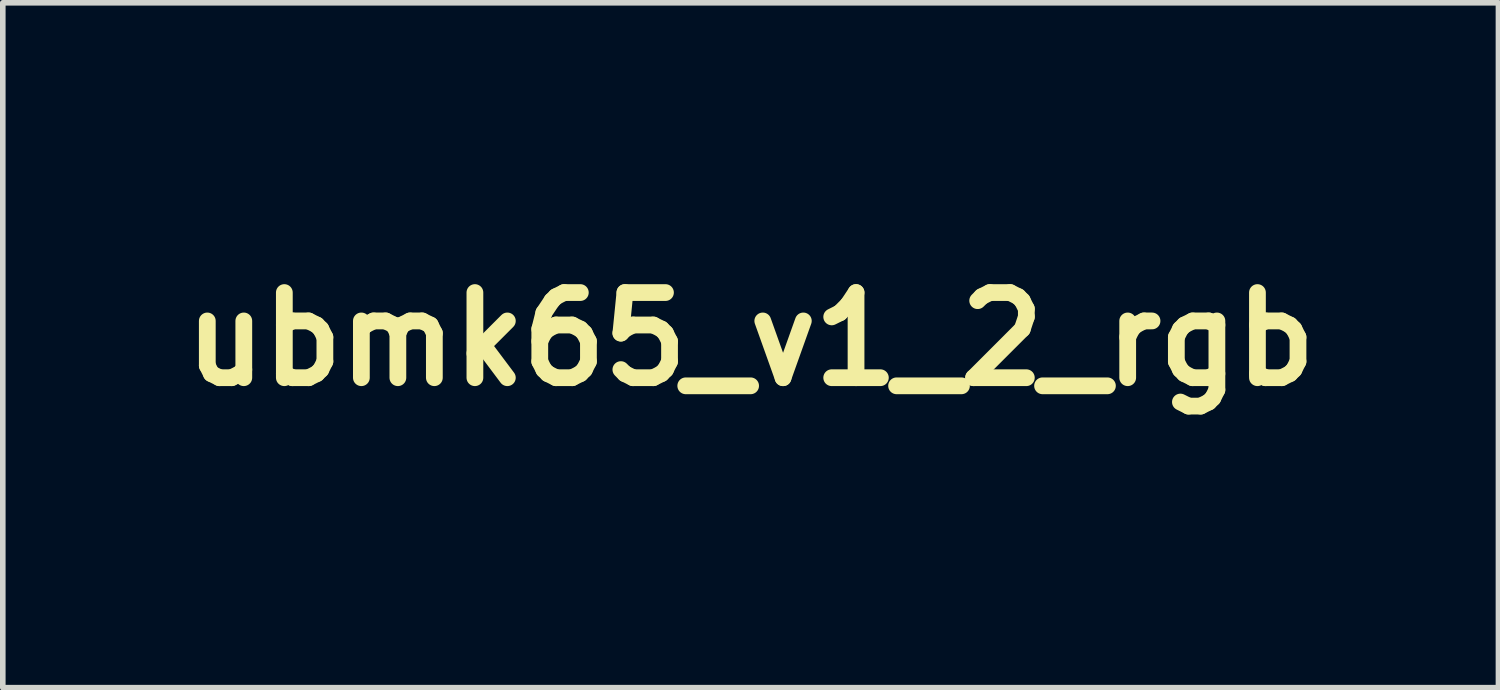
<source format=kicad_pcb>
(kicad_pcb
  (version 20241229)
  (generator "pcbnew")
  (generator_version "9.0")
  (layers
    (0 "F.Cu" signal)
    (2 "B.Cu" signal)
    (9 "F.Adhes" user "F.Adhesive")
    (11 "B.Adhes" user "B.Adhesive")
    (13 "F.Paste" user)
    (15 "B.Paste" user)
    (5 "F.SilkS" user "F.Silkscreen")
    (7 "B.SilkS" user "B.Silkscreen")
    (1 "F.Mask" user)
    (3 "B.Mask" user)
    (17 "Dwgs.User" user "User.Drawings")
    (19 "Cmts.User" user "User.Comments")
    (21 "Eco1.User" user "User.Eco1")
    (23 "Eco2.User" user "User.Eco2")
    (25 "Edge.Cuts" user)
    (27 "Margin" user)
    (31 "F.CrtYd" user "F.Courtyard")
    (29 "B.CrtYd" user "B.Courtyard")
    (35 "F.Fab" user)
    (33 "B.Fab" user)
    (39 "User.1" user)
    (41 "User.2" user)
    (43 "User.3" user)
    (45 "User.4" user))
  (footprint "ubmk65_v1_2_rgb"
    (layer "F.Cu")
    (at 10.385 3.021)
    (property "Reference" "ubmk65_v1_2_rgb" (at 0 0 0) (layer "F.SilkS") (effects (font (size 1.524 1.524) (thickness 0.3))))
    (attr through_hole)
    (fp_poly (pts (xy -7.147 1.968) (xy -6.959 1.968) (xy -6.959 2.249) (xy -7.662 2.249) (xy -7.662 1.968) (xy -7.45 1.968) (xy -7.456 1.693) (xy -7.463 1.418) (xy -7.639 1.403) (xy -7.639 1.148) (xy -7.147 1.148) (xy -7.147 1.968)) (stroke (width 0.01) (type solid)) (fill yes) (layer "F.Mask"))
    (fp_poly (pts (xy -4.499 1.664) (xy -4.71 1.664) (xy -4.71 2.249) (xy -5.014 2.249) (xy -5.014 1.566) (xy -4.946 1.498) (xy -4.908 1.464) (xy -4.872 1.443) (xy -4.822 1.433) (xy -4.747 1.43) (xy -4.688 1.429) (xy -4.499 1.429) (xy -4.499 1.664)) (stroke (width 0.01) (type solid)) (fill yes) (layer "F.Mask"))
    (fp_poly (pts (xy 6.06 0.114) (xy 6.102 0.156) (xy 6.117 0.217) (xy 6.103 0.279) (xy 6.088 0.3) (xy 6.035 0.326) (xy 5.971 0.324) (xy 5.918 0.298) (xy 5.904 0.28) (xy 5.889 0.212) (xy 5.911 0.153) (xy 5.959 0.113) (xy 6.023 0.104) (xy 6.06 0.114)) (stroke (width 0.01) (type solid)) (fill yes) (layer "F.Mask"))
    (fp_poly (pts (xy -0.666 1.211) (xy -0.616 1.254) (xy -0.546 1.319) (xy -0.463 1.4) (xy -0.427 1.436) (xy -0.187 1.676) (xy -0.692 2.179) (xy -0.944 1.927) (xy -1.195 1.675) (xy -0.954 1.435) (xy -0.867 1.35) (xy -0.791 1.278) (xy -0.732 1.225) (xy -0.696 1.198) (xy -0.69 1.195) (xy -0.666 1.211)) (stroke (width 0.01) (type solid)) (fill yes) (layer "F.Mask"))
    (fp_poly (pts (xy -6.575 1.964) (xy -6.52 2.013) (xy -6.494 2.079) (xy -6.5 2.151) (xy -6.542 2.216) (xy -6.552 2.224) (xy -6.627 2.266) (xy -6.694 2.263) (xy -6.761 2.215) (xy -6.761 2.215) (xy -6.809 2.148) (xy -6.812 2.081) (xy -6.77 2.007) (xy -6.77 2.007) (xy -6.705 1.955) (xy -6.653 1.945) (xy -6.575 1.964)) (stroke (width 0.01) (type solid)) (fill yes) (layer "F.Mask"))
    (fp_poly (pts (xy 6.373 -0.719) (xy 6.422 -0.681) (xy 6.468 -0.624) (xy 6.488 -0.562) (xy 6.491 -0.506) (xy 6.471 -0.401) (xy 6.418 -0.318) (xy 6.341 -0.262) (xy 6.249 -0.238) (xy 6.152 -0.253) (xy 6.101 -0.278) (xy 6.032 -0.346) (xy 5.991 -0.44) (xy 5.983 -0.54) (xy 5.987 -0.562) (xy 6.027 -0.648) (xy 6.098 -0.71) (xy 6.187 -0.745) (xy 6.282 -0.749) (xy 6.373 -0.719)) (stroke (width 0.01) (type solid)) (fill yes) (layer "F.Mask"))
    (fp_poly (pts (xy 7.92 1.658) (xy 7.81 1.67) (xy 7.71 1.697) (xy 7.644 1.75) (xy 7.616 1.825) (xy 7.615 1.839) (xy 7.636 1.917) (xy 7.696 1.974) (xy 7.791 2.006) (xy 7.81 2.009) (xy 7.92 2.021) (xy 7.92 2.249) (xy 7.785 2.249) (xy 7.67 2.238) (xy 7.567 2.21) (xy 7.554 2.205) (xy 7.478 2.157) (xy 7.406 2.091) (xy 7.39 2.072) (xy 7.35 2.012) (xy 7.33 1.954) (xy 7.323 1.876) (xy 7.322 1.84) (xy 7.331 1.725) (xy 7.364 1.637) (xy 7.427 1.559) (xy 7.49 1.507) (xy 7.545 1.471) (xy 7.603 1.449) (xy 7.68 1.437) (xy 7.748 1.433) (xy 7.92 1.424) (xy 7.92 1.658)) (stroke (width 0.01) (type solid)) (fill yes) (layer "F.Mask"))
    (fp_poly (pts (xy -7.943 -1.246) (xy -7.871 -1.185) (xy -7.78 -1.134) (xy -7.685 -1.128) (xy -7.595 -1.166) (xy -7.576 -1.181) (xy -7.51 -1.238) (xy -7.496 -2.226) (xy -6.909 -2.226) (xy -6.917 -1.658) (xy -6.924 -1.09) (xy -6.993 -0.965) (xy -7.098 -0.822) (xy -7.234 -0.714) (xy -7.401 -0.64) (xy -7.6 -0.601) (xy -7.646 -0.598) (xy -7.763 -0.596) (xy -7.88 -0.606) (xy -7.943 -0.617) (xy -8.132 -0.681) (xy -8.287 -0.778) (xy -8.407 -0.906) (xy -8.474 -1.019) (xy -8.491 -1.059) (xy -8.505 -1.097) (xy -8.514 -1.141) (xy -8.521 -1.198) (xy -8.525 -1.275) (xy -8.528 -1.378) (xy -8.529 -1.514) (xy -8.529 -1.681) (xy -8.529 -2.226) (xy -7.943 -2.226) (xy -7.943 -1.246)) (stroke (width 0.01) (type solid)) (fill yes) (layer "F.Mask"))
    (fp_poly (pts (xy 6.341 -1.596) (xy 6.553 -1.557) (xy 6.751 -1.481) (xy 6.84 -1.43) (xy 6.951 -1.347) (xy 7.055 -1.246) (xy 7.145 -1.137) (xy 7.214 -1.029) (xy 7.255 -0.931) (xy 7.264 -0.875) (xy 7.243 -0.788) (xy 7.188 -0.719) (xy 7.11 -0.675) (xy 7.022 -0.665) (xy 6.965 -0.679) (xy 6.925 -0.711) (xy 6.875 -0.769) (xy 6.841 -0.819) (xy 6.737 -0.954) (xy 6.614 -1.062) (xy 6.481 -1.132) (xy 6.472 -1.135) (xy 6.355 -1.162) (xy 6.225 -1.17) (xy 6.101 -1.161) (xy 6.007 -1.136) (xy 5.897 -1.104) (xy 5.807 -1.111) (xy 5.729 -1.157) (xy 5.716 -1.17) (xy 5.66 -1.25) (xy 5.648 -1.332) (xy 5.678 -1.41) (xy 5.748 -1.481) (xy 5.855 -1.538) (xy 5.919 -1.56) (xy 6.125 -1.598) (xy 6.341 -1.596)) (stroke (width 0.01) (type solid)) (fill yes) (layer "F.Mask"))
    (fp_poly (pts (xy -5.928 1.153) (xy -5.817 1.17) (xy -5.735 1.203) (xy -5.675 1.255) (xy -5.629 1.33) (xy -5.621 1.345) (xy -5.585 1.465) (xy -5.59 1.575) (xy -5.638 1.678) (xy -5.731 1.778) (xy -5.829 1.851) (xy -5.987 1.957) (xy -5.782 1.963) (xy -5.577 1.97) (xy -5.577 2.249) (xy -5.876 2.248) (xy -5.993 2.246) (xy -6.098 2.241) (xy -6.178 2.235) (xy -6.222 2.227) (xy -6.224 2.226) (xy -6.294 2.176) (xy -6.348 2.099) (xy -6.373 2.013) (xy -6.373 2.002) (xy -6.365 1.944) (xy -6.338 1.889) (xy -6.285 1.829) (xy -6.201 1.759) (xy -6.092 1.679) (xy -5.986 1.597) (xy -5.924 1.53) (xy -5.907 1.477) (xy -5.934 1.44) (xy -6.005 1.416) (xy -6.122 1.406) (xy -6.155 1.406) (xy -6.327 1.406) (xy -6.327 1.148) (xy -6.077 1.148) (xy -5.928 1.153)) (stroke (width 0.01) (type solid)) (fill yes) (layer "F.Mask"))
    (fp_poly (pts (xy 2.085 1.153) (xy 2.197 1.17) (xy 2.278 1.203) (xy 2.338 1.255) (xy 2.385 1.33) (xy 2.392 1.345) (xy 2.429 1.465) (xy 2.424 1.575) (xy 2.376 1.678) (xy 2.283 1.778) (xy 2.185 1.851) (xy 2.027 1.957) (xy 2.232 1.963) (xy 2.437 1.97) (xy 2.437 2.249) (xy 2.138 2.248) (xy 2.02 2.246) (xy 1.916 2.241) (xy 1.836 2.235) (xy 1.791 2.227) (xy 1.79 2.226) (xy 1.719 2.176) (xy 1.665 2.099) (xy 1.641 2.013) (xy 1.64 2.002) (xy 1.648 1.944) (xy 1.676 1.889) (xy 1.729 1.829) (xy 1.813 1.759) (xy 1.921 1.679) (xy 2.027 1.597) (xy 2.089 1.53) (xy 2.107 1.477) (xy 2.08 1.44) (xy 2.008 1.416) (xy 1.892 1.406) (xy 1.858 1.406) (xy 1.687 1.406) (xy 1.687 1.148) (xy 1.936 1.148) (xy 2.085 1.153)) (stroke (width 0.01) (type solid)) (fill yes) (layer "F.Mask"))
    (fp_poly (pts (xy 4.077 1.153) (xy 4.189 1.17) (xy 4.27 1.203) (xy 4.33 1.255) (xy 4.377 1.33) (xy 4.384 1.345) (xy 4.421 1.465) (xy 4.416 1.575) (xy 4.367 1.678) (xy 4.275 1.778) (xy 4.177 1.851) (xy 4.019 1.957) (xy 4.224 1.963) (xy 4.429 1.97) (xy 4.429 2.249) (xy 4.13 2.248) (xy 4.012 2.246) (xy 3.908 2.241) (xy 3.828 2.235) (xy 3.783 2.227) (xy 3.782 2.226) (xy 3.711 2.176) (xy 3.657 2.099) (xy 3.632 2.013) (xy 3.632 2.002) (xy 3.64 1.944) (xy 3.668 1.889) (xy 3.721 1.829) (xy 3.804 1.759) (xy 3.913 1.679) (xy 4.019 1.597) (xy 4.081 1.53) (xy 4.098 1.477) (xy 4.071 1.44) (xy 4 1.416) (xy 3.884 1.406) (xy 3.85 1.406) (xy 3.679 1.406) (xy 3.679 1.148) (xy 3.928 1.148) (xy 4.077 1.153)) (stroke (width 0.01) (type solid)) (fill yes) (layer "F.Mask"))
    (fp_poly (pts (xy 7.66 -0.114) (xy 7.836 -0.112) (xy 7.881 -0.112) (xy 8.486 -0.105) (xy 8.578 -0.007) (xy 8.631 0.055) (xy 8.659 0.107) (xy 8.669 0.168) (xy 8.67 0.218) (xy 8.65 0.351) (xy 8.593 0.457) (xy 8.499 0.536) (xy 8.482 0.545) (xy 8.45 0.558) (xy 8.41 0.568) (xy 8.356 0.576) (xy 8.281 0.581) (xy 8.178 0.583) (xy 8.042 0.585) (xy 7.866 0.585) (xy 7.861 0.585) (xy 7.668 0.584) (xy 7.516 0.581) (xy 7.402 0.576) (xy 7.321 0.568) (xy 7.269 0.559) (xy 7.252 0.553) (xy 7.152 0.485) (xy 7.076 0.389) (xy 7.035 0.277) (xy 7.03 0.22) (xy 7.047 0.137) (xy 7.092 0.046) (xy 7.154 -0.034) (xy 7.2 -0.072) (xy 7.226 -0.086) (xy 7.255 -0.097) (xy 7.293 -0.105) (xy 7.347 -0.11) (xy 7.422 -0.113) (xy 7.524 -0.114) (xy 7.66 -0.114)) (stroke (width 0.01) (type solid)) (fill yes) (layer "F.Mask"))
    (fp_poly (pts (xy 8.389 1.429) (xy 8.623 1.429) (xy 8.623 1.664) (xy 8.389 1.664) (xy 8.389 1.825) (xy 8.391 1.919) (xy 8.404 1.976) (xy 8.435 2.004) (xy 8.492 2.014) (xy 8.543 2.015) (xy 8.623 2.015) (xy 8.623 2.249) (xy 8.436 2.249) (xy 8.34 2.248) (xy 8.276 2.242) (xy 8.232 2.226) (xy 8.192 2.199) (xy 8.173 2.182) (xy 8.138 2.149) (xy 8.116 2.117) (xy 8.102 2.074) (xy 8.095 2.01) (xy 8.089 1.913) (xy 8.088 1.889) (xy 8.083 1.785) (xy 8.077 1.719) (xy 8.068 1.683) (xy 8.053 1.667) (xy 8.029 1.664) (xy 8.023 1.664) (xy 7.989 1.659) (xy 7.973 1.639) (xy 7.967 1.59) (xy 7.967 1.546) (xy 7.969 1.477) (xy 7.978 1.442) (xy 8.002 1.43) (xy 8.025 1.429) (xy 8.063 1.424) (xy 8.08 1.4) (xy 8.084 1.344) (xy 8.084 1.336) (xy 8.084 1.242) (xy 8.389 1.242) (xy 8.389 1.429)) (stroke (width 0.01) (type solid)) (fill yes) (layer "F.Mask"))
    (fp_poly (pts (xy -3.093 1.477) (xy -3.024 1.442) (xy -2.918 1.411) (xy -2.802 1.419) (xy -2.691 1.46) (xy -2.595 1.531) (xy -2.549 1.589) (xy -2.503 1.705) (xy -2.492 1.832) (xy -2.515 1.96) (xy -2.569 2.076) (xy -2.651 2.169) (xy -2.698 2.202) (xy -2.793 2.239) (xy -2.907 2.26) (xy -3.019 2.264) (xy -3.098 2.251) (xy -3.214 2.192) (xy -3.309 2.102) (xy -3.353 2.029) (xy -3.369 1.988) (xy -3.381 1.94) (xy -3.389 1.878) (xy -3.391 1.84) (xy -3.088 1.84) (xy -3.069 1.917) (xy -3.015 1.975) (xy -3.001 1.983) (xy -2.927 1.998) (xy -2.86 1.97) (xy -2.816 1.911) (xy -2.798 1.836) (xy -2.814 1.77) (xy -2.856 1.72) (xy -2.914 1.691) (xy -2.977 1.689) (xy -3.036 1.72) (xy -3.068 1.762) (xy -3.088 1.84) (xy -3.391 1.84) (xy -3.393 1.793) (xy -3.396 1.678) (xy -3.397 1.524) (xy -3.397 1.505) (xy -3.398 1.078) (xy -3.093 1.078) (xy -3.093 1.477)) (stroke (width 0.01) (type solid)) (fill yes) (layer "F.Mask"))
    (fp_poly (pts (xy -1.218 -1.637) (xy -1.154 -1.645) (xy -1.125 -1.653) (xy -1.097 -1.674) (xy -1.064 -1.715) (xy -1.021 -1.782) (xy -0.964 -1.881) (xy -0.935 -1.933) (xy -0.78 -2.214) (xy -0.449 -2.221) (xy -0.33 -2.222) (xy -0.23 -2.222) (xy -0.158 -2.219) (xy -0.12 -2.215) (xy -0.117 -2.214) (xy -0.129 -2.19) (xy -0.162 -2.134) (xy -0.212 -2.053) (xy -0.274 -1.954) (xy -0.314 -1.892) (xy -0.511 -1.583) (xy -0.449 -1.545) (xy -0.354 -1.473) (xy -0.282 -1.385) (xy -0.233 -1.273) (xy -0.202 -1.132) (xy -0.189 -0.955) (xy -0.187 -0.866) (xy -0.187 -0.633) (xy -0.769 -0.633) (xy -0.777 -0.881) (xy -0.781 -0.991) (xy -0.786 -1.065) (xy -0.796 -1.114) (xy -0.813 -1.148) (xy -0.84 -1.177) (xy -0.861 -1.197) (xy -0.913 -1.237) (xy -0.964 -1.257) (xy -1.034 -1.265) (xy -1.078 -1.265) (xy -1.218 -1.265) (xy -1.218 -0.633) (xy -1.804 -0.633) (xy -1.804 -2.859) (xy -1.218 -2.859) (xy -1.218 -1.637)) (stroke (width 0.01) (type solid)) (fill yes) (layer "F.Mask"))
    (fp_poly (pts (xy 3.398 -2.226) (xy 2.601 -2.226) (xy 2.601 -2.022) (xy 2.809 -2.009) (xy 2.986 -1.987) (xy 3.128 -1.946) (xy 3.247 -1.881) (xy 3.352 -1.787) (xy 3.363 -1.775) (xy 3.461 -1.635) (xy 3.517 -1.481) (xy 3.534 -1.322) (xy 3.513 -1.164) (xy 3.456 -1.014) (xy 3.364 -0.878) (xy 3.239 -0.764) (xy 3.118 -0.694) (xy 3.08 -0.678) (xy 3.039 -0.665) (xy 2.988 -0.656) (xy 2.922 -0.649) (xy 2.832 -0.645) (xy 2.712 -0.641) (xy 2.555 -0.638) (xy 2.466 -0.637) (xy 1.921 -0.63) (xy 1.921 -1.172) (xy 2.352 -1.172) (xy 2.505 -1.172) (xy 2.619 -1.173) (xy 2.7 -1.177) (xy 2.756 -1.183) (xy 2.795 -1.192) (xy 2.823 -1.205) (xy 2.844 -1.22) (xy 2.896 -1.285) (xy 2.906 -1.336) (xy 2.883 -1.41) (xy 2.844 -1.451) (xy 2.818 -1.469) (xy 2.787 -1.482) (xy 2.744 -1.491) (xy 2.681 -1.496) (xy 2.59 -1.499) (xy 2.463 -1.5) (xy 2.387 -1.5) (xy 1.992 -1.5) (xy 1.992 -2.765) (xy 3.398 -2.765) (xy 3.398 -2.226)) (stroke (width 0.01) (type solid)) (fill yes) (layer "F.Mask"))
    (fp_poly (pts (xy 5.315 2.769) (xy 5.715 2.769) (xy 6.082 2.769) (xy 6.418 2.769) (xy 6.724 2.77) (xy 7.001 2.771) (xy 7.25 2.771) (xy 7.474 2.772) (xy 7.673 2.773) (xy 7.849 2.774) (xy 8.003 2.776) (xy 8.137 2.777) (xy 8.252 2.779) (xy 8.349 2.781) (xy 8.43 2.783) (xy 8.497 2.785) (xy 8.549 2.787) (xy 8.59 2.789) (xy 8.62 2.792) (xy 8.641 2.795) (xy 8.655 2.798) (xy 8.661 2.801) (xy 8.662 2.802) (xy 8.677 2.849) (xy 8.682 2.925) (xy 8.678 3.014) (xy 8.666 3.101) (xy 8.648 3.17) (xy 8.627 3.204) (xy 8.562 3.232) (xy 8.5 3.213) (xy 8.474 3.191) (xy 8.446 3.137) (xy 8.435 3.074) (xy 8.435 2.999) (xy -8.592 2.999) (xy -8.635 2.952) (xy -8.664 2.904) (xy -8.659 2.849) (xy -8.656 2.84) (xy -8.633 2.777) (xy 0.001 2.771) (xy 0.76 2.77) (xy 1.474 2.77) (xy 2.144 2.769) (xy 2.771 2.769) (xy 3.356 2.769) (xy 3.902 2.769) (xy 4.41 2.768) (xy 4.88 2.768) (xy 5.315 2.769)) (stroke (width 0.01) (type solid)) (fill yes) (layer "F.Mask"))
    (fp_poly (pts (xy 6.406 -2.308) (xy 6.679 -2.261) (xy 6.943 -2.174) (xy 7.19 -2.049) (xy 7.415 -1.889) (xy 7.612 -1.696) (xy 7.744 -1.523) (xy 7.823 -1.4) (xy 7.874 -1.306) (xy 7.901 -1.231) (xy 7.907 -1.168) (xy 7.896 -1.111) (xy 7.847 -1.029) (xy 7.771 -0.979) (xy 7.681 -0.967) (xy 7.597 -0.99) (xy 7.558 -1.023) (xy 7.511 -1.085) (xy 7.471 -1.151) (xy 7.34 -1.35) (xy 7.172 -1.526) (xy 6.976 -1.674) (xy 6.758 -1.786) (xy 6.666 -1.82) (xy 6.562 -1.852) (xy 6.467 -1.871) (xy 6.363 -1.88) (xy 6.233 -1.883) (xy 6.112 -1.882) (xy 6.018 -1.875) (xy 5.934 -1.859) (xy 5.841 -1.832) (xy 5.768 -1.807) (xy 5.664 -1.772) (xy 5.592 -1.752) (xy 5.543 -1.745) (xy 5.504 -1.75) (xy 5.48 -1.759) (xy 5.415 -1.806) (xy 5.364 -1.877) (xy 5.343 -1.952) (xy 5.342 -1.957) (xy 5.353 -2.003) (xy 5.377 -2.06) (xy 5.428 -2.116) (xy 5.519 -2.17) (xy 5.642 -2.219) (xy 5.789 -2.261) (xy 5.954 -2.292) (xy 6.127 -2.311) (xy 6.406 -2.308)) (stroke (width 0.01) (type solid)) (fill yes) (layer "F.Mask"))
    (fp_poly (pts (xy 6.434 -3.015) (xy 6.721 -2.982) (xy 6.993 -2.915) (xy 7.26 -2.813) (xy 7.361 -2.765) (xy 7.637 -2.609) (xy 7.88 -2.43) (xy 8.097 -2.22) (xy 8.293 -1.976) (xy 8.436 -1.757) (xy 8.504 -1.634) (xy 8.543 -1.537) (xy 8.552 -1.461) (xy 8.533 -1.396) (xy 8.486 -1.336) (xy 8.484 -1.334) (xy 8.403 -1.279) (xy 8.317 -1.267) (xy 8.235 -1.298) (xy 8.235 -1.298) (xy 8.204 -1.331) (xy 8.157 -1.395) (xy 8.101 -1.48) (xy 8.06 -1.548) (xy 7.882 -1.805) (xy 7.675 -2.029) (xy 7.443 -2.218) (xy 7.189 -2.371) (xy 6.918 -2.486) (xy 6.634 -2.562) (xy 6.342 -2.598) (xy 6.045 -2.591) (xy 5.747 -2.541) (xy 5.483 -2.458) (xy 5.349 -2.413) (xy 5.248 -2.394) (xy 5.173 -2.404) (xy 5.117 -2.442) (xy 5.075 -2.511) (xy 5.07 -2.523) (xy 5.05 -2.581) (xy 5.052 -2.628) (xy 5.077 -2.688) (xy 5.078 -2.69) (xy 5.11 -2.742) (xy 5.156 -2.782) (xy 5.227 -2.82) (xy 5.272 -2.839) (xy 5.477 -2.914) (xy 5.675 -2.966) (xy 5.886 -2.999) (xy 6.121 -3.016) (xy 6.434 -3.015)) (stroke (width 0.01) (type solid)) (fill yes) (layer "F.Mask"))
    (fp_poly (pts (xy 6.778 1.141) (xy 6.917 1.186) (xy 7.033 1.257) (xy 7.069 1.292) (xy 7.146 1.406) (xy 7.196 1.545) (xy 7.216 1.694) (xy 7.205 1.838) (xy 7.181 1.916) (xy 7.114 2.028) (xy 7.016 2.13) (xy 6.906 2.206) (xy 6.818 2.236) (xy 6.705 2.257) (xy 6.586 2.265) (xy 6.483 2.258) (xy 6.455 2.252) (xy 6.327 2.199) (xy 6.209 2.116) (xy 6.114 2.013) (xy 6.053 1.899) (xy 6.045 1.876) (xy 6.023 1.723) (xy 6.026 1.693) (xy 6.368 1.693) (xy 6.381 1.791) (xy 6.425 1.882) (xy 6.466 1.927) (xy 6.556 1.981) (xy 6.65 1.989) (xy 6.743 1.951) (xy 6.77 1.931) (xy 6.837 1.849) (xy 6.871 1.752) (xy 6.873 1.649) (xy 6.847 1.551) (xy 6.794 1.468) (xy 6.716 1.411) (xy 6.653 1.392) (xy 6.56 1.397) (xy 6.481 1.438) (xy 6.421 1.507) (xy 6.382 1.595) (xy 6.368 1.693) (xy 6.026 1.693) (xy 6.038 1.567) (xy 6.085 1.421) (xy 6.163 1.299) (xy 6.17 1.292) (xy 6.221 1.249) (xy 6.295 1.203) (xy 6.338 1.18) (xy 6.476 1.137) (xy 6.627 1.124) (xy 6.778 1.141)) (stroke (width 0.01) (type solid)) (fill yes) (layer "F.Mask"))
    (fp_poly (pts (xy -7.815 1.43) (xy -7.757 1.433) (xy -7.733 1.436) (xy -7.732 1.436) (xy -7.74 1.464) (xy -7.76 1.526) (xy -7.789 1.614) (xy -7.824 1.719) (xy -7.863 1.83) (xy -7.901 1.94) (xy -7.936 2.038) (xy -7.964 2.116) (xy -7.983 2.164) (xy -7.987 2.172) (xy -8.032 2.217) (xy -8.105 2.253) (xy -8.186 2.271) (xy -8.21 2.272) (xy -8.268 2.26) (xy -8.321 2.237) (xy -8.372 2.199) (xy -8.4 2.162) (xy -8.413 2.128) (xy -8.436 2.06) (xy -8.468 1.969) (xy -8.504 1.864) (xy -8.541 1.754) (xy -8.577 1.647) (xy -8.608 1.553) (xy -8.632 1.482) (xy -8.645 1.442) (xy -8.646 1.436) (xy -8.625 1.433) (xy -8.568 1.43) (xy -8.489 1.429) (xy -8.484 1.429) (xy -8.395 1.431) (xy -8.343 1.439) (xy -8.318 1.454) (xy -8.31 1.47) (xy -8.3 1.51) (xy -8.283 1.583) (xy -8.262 1.678) (xy -8.247 1.741) (xy -8.225 1.836) (xy -8.205 1.91) (xy -8.191 1.953) (xy -8.185 1.96) (xy -8.176 1.934) (xy -8.159 1.872) (xy -8.139 1.787) (xy -8.129 1.742) (xy -8.108 1.643) (xy -8.089 1.556) (xy -8.075 1.496) (xy -8.072 1.482) (xy -8.062 1.454) (xy -8.039 1.438) (xy -7.994 1.431) (xy -7.914 1.429) (xy -7.896 1.429) (xy -7.815 1.43)) (stroke (width 0.01) (type solid)) (fill yes) (layer "F.Mask"))
    (fp_poly (pts (xy -3.8 1.438) (xy -3.688 1.501) (xy -3.6 1.592) (xy -3.544 1.709) (xy -3.541 1.722) (xy -3.528 1.797) (xy -3.52 1.901) (xy -3.516 2.02) (xy -3.516 2.143) (xy -3.52 2.259) (xy -3.528 2.356) (xy -3.539 2.422) (xy -3.545 2.437) (xy -3.584 2.493) (xy -3.644 2.532) (xy -3.729 2.559) (xy -3.848 2.573) (xy -4.006 2.577) (xy -4.013 2.577) (xy -4.288 2.577) (xy -4.288 2.32) (xy -4.082 2.32) (xy -3.967 2.317) (xy -3.891 2.307) (xy -3.847 2.285) (xy -3.825 2.247) (xy -3.819 2.188) (xy -3.819 2.183) (xy -3.821 2.13) (xy -3.832 2.117) (xy -3.859 2.137) (xy -3.863 2.141) (xy -3.951 2.192) (xy -4.059 2.212) (xy -4.149 2.202) (xy -4.266 2.151) (xy -4.35 2.068) (xy -4.394 1.981) (xy -4.423 1.846) (xy -4.421 1.832) (xy -4.108 1.832) (xy -4.089 1.907) (xy -4.038 1.953) (xy -3.964 1.967) (xy -3.902 1.953) (xy -3.856 1.914) (xy -3.834 1.851) (xy -3.841 1.785) (xy -3.846 1.773) (xy -3.889 1.714) (xy -3.946 1.69) (xy -3.986 1.687) (xy -4.056 1.706) (xy -4.097 1.761) (xy -4.108 1.832) (xy -4.421 1.832) (xy -4.408 1.716) (xy -4.354 1.598) (xy -4.264 1.502) (xy -4.195 1.459) (xy -4.062 1.414) (xy -3.928 1.408) (xy -3.8 1.438)) (stroke (width 0.01) (type solid)) (fill yes) (layer "F.Mask"))
    (fp_poly (pts (xy 3.199 1.143) (xy 3.316 1.194) (xy 3.41 1.274) (xy 3.425 1.294) (xy 3.447 1.328) (xy 3.462 1.364) (xy 3.472 1.411) (xy 3.477 1.478) (xy 3.479 1.575) (xy 3.48 1.689) (xy 3.479 1.817) (xy 3.477 1.908) (xy 3.472 1.971) (xy 3.462 2.014) (xy 3.446 2.049) (xy 3.422 2.083) (xy 3.416 2.09) (xy 3.354 2.154) (xy 3.279 2.207) (xy 3.264 2.215) (xy 3.165 2.248) (xy 3.048 2.264) (xy 2.936 2.263) (xy 2.875 2.25) (xy 2.774 2.2) (xy 2.682 2.123) (xy 2.618 2.035) (xy 2.616 2.03) (xy 2.597 1.975) (xy 2.585 1.899) (xy 2.579 1.792) (xy 2.578 1.693) (xy 2.882 1.693) (xy 2.884 1.789) (xy 2.891 1.851) (xy 2.906 1.893) (xy 2.933 1.927) (xy 2.94 1.934) (xy 2.989 1.973) (xy 3.032 1.992) (xy 3.034 1.992) (xy 3.075 1.976) (xy 3.125 1.938) (xy 3.129 1.934) (xy 3.159 1.9) (xy 3.176 1.86) (xy 3.184 1.803) (xy 3.187 1.715) (xy 3.187 1.693) (xy 3.181 1.568) (xy 3.163 1.483) (xy 3.128 1.432) (xy 3.074 1.409) (xy 3.034 1.406) (xy 2.968 1.416) (xy 2.923 1.451) (xy 2.896 1.517) (xy 2.884 1.619) (xy 2.882 1.693) (xy 2.578 1.693) (xy 2.578 1.684) (xy 2.579 1.563) (xy 2.584 1.477) (xy 2.593 1.416) (xy 2.61 1.367) (xy 2.631 1.326) (xy 2.709 1.232) (xy 2.815 1.167) (xy 2.939 1.13) (xy 3.07 1.122) (xy 3.199 1.143)) (stroke (width 0.01) (type solid)) (fill yes) (layer "F.Mask"))
    (fp_poly (pts (xy 5.167 1.143) (xy 5.284 1.194) (xy 5.378 1.274) (xy 5.393 1.294) (xy 5.415 1.328) (xy 5.431 1.364) (xy 5.44 1.411) (xy 5.445 1.478) (xy 5.447 1.575) (xy 5.448 1.689) (xy 5.447 1.817) (xy 5.445 1.908) (xy 5.44 1.971) (xy 5.43 2.014) (xy 5.414 2.049) (xy 5.39 2.083) (xy 5.385 2.09) (xy 5.322 2.154) (xy 5.247 2.207) (xy 5.232 2.215) (xy 5.133 2.248) (xy 5.016 2.264) (xy 4.904 2.263) (xy 4.843 2.25) (xy 4.742 2.2) (xy 4.651 2.123) (xy 4.587 2.035) (xy 4.584 2.03) (xy 4.565 1.975) (xy 4.553 1.899) (xy 4.547 1.792) (xy 4.546 1.693) (xy 4.85 1.693) (xy 4.852 1.789) (xy 4.859 1.851) (xy 4.874 1.893) (xy 4.901 1.927) (xy 4.908 1.934) (xy 4.957 1.973) (xy 5 1.992) (xy 5.003 1.992) (xy 5.044 1.976) (xy 5.093 1.938) (xy 5.097 1.934) (xy 5.127 1.9) (xy 5.144 1.86) (xy 5.153 1.803) (xy 5.155 1.715) (xy 5.155 1.693) (xy 5.15 1.568) (xy 5.131 1.483) (xy 5.096 1.432) (xy 5.042 1.409) (xy 5.003 1.406) (xy 4.936 1.416) (xy 4.891 1.451) (xy 4.864 1.517) (xy 4.852 1.619) (xy 4.85 1.693) (xy 4.546 1.693) (xy 4.546 1.684) (xy 4.547 1.563) (xy 4.552 1.477) (xy 4.562 1.416) (xy 4.578 1.367) (xy 4.599 1.326) (xy 4.677 1.232) (xy 4.783 1.167) (xy 4.907 1.13) (xy 5.038 1.122) (xy 5.167 1.143)) (stroke (width 0.01) (type solid)) (fill yes) (layer "F.Mask"))
    (fp_poly (pts (xy 1.242 -2.447) (xy 1.171 -2.339) (xy 1.11 -2.244) (xy 1.064 -2.17) (xy 1.037 -2.123) (xy 1.031 -2.11) (xy 1.052 -2.096) (xy 1.105 -2.083) (xy 1.136 -2.077) (xy 1.301 -2.032) (xy 1.45 -1.944) (xy 1.578 -1.819) (xy 1.669 -1.681) (xy 1.695 -1.624) (xy 1.711 -1.563) (xy 1.72 -1.485) (xy 1.722 -1.377) (xy 1.722 -1.359) (xy 1.72 -1.245) (xy 1.713 -1.165) (xy 1.698 -1.103) (xy 1.674 -1.046) (xy 1.668 -1.036) (xy 1.557 -0.874) (xy 1.416 -0.748) (xy 1.319 -0.691) (xy 1.255 -0.661) (xy 1.196 -0.64) (xy 1.131 -0.628) (xy 1.047 -0.621) (xy 0.93 -0.617) (xy 0.914 -0.616) (xy 0.752 -0.616) (xy 0.628 -0.625) (xy 0.551 -0.641) (xy 0.374 -0.72) (xy 0.232 -0.831) (xy 0.125 -0.972) (xy 0.057 -1.139) (xy 0.029 -1.314) (xy 0.028 -1.368) (xy 0.644 -1.368) (xy 0.663 -1.266) (xy 0.716 -1.195) (xy 0.803 -1.156) (xy 0.879 -1.148) (xy 0.971 -1.16) (xy 1.043 -1.202) (xy 1.047 -1.205) (xy 1.091 -1.252) (xy 1.11 -1.306) (xy 1.113 -1.368) (xy 1.095 -1.475) (xy 1.042 -1.552) (xy 0.958 -1.594) (xy 0.876 -1.603) (xy 0.769 -1.583) (xy 0.694 -1.529) (xy 0.652 -1.443) (xy 0.644 -1.368) (xy 0.028 -1.368) (xy 0.027 -1.425) (xy 0.037 -1.531) (xy 0.062 -1.639) (xy 0.103 -1.754) (xy 0.164 -1.883) (xy 0.246 -2.03) (xy 0.353 -2.201) (xy 0.486 -2.403) (xy 0.496 -2.419) (xy 0.73 -2.765) (xy 1.452 -2.765) (xy 1.242 -2.447)) (stroke (width 0.01) (type solid)) (fill yes) (layer "F.Mask"))
    (fp_poly (pts (xy -6.069 -2.484) (xy -6.068 -2.357) (xy -6.066 -2.249) (xy -6.063 -2.167) (xy -6.059 -2.118) (xy -6.057 -2.109) (xy -6.032 -2.121) (xy -5.982 -2.151) (xy -5.947 -2.173) (xy -5.895 -2.205) (xy -5.847 -2.224) (xy -5.788 -2.234) (xy -5.704 -2.237) (xy -5.637 -2.237) (xy -5.527 -2.235) (xy -5.449 -2.227) (xy -5.386 -2.211) (xy -5.322 -2.183) (xy -5.306 -2.175) (xy -5.169 -2.08) (xy -5.048 -1.953) (xy -4.959 -1.808) (xy -4.959 -1.807) (xy -4.936 -1.748) (xy -4.921 -1.685) (xy -4.912 -1.605) (xy -4.909 -1.497) (xy -4.909 -1.441) (xy -4.91 -1.323) (xy -4.915 -1.239) (xy -4.925 -1.175) (xy -4.944 -1.118) (xy -4.972 -1.054) (xy -4.975 -1.05) (xy -5.065 -0.911) (xy -5.187 -0.787) (xy -5.328 -0.692) (xy -5.404 -0.657) (xy -5.553 -0.617) (xy -5.721 -0.598) (xy -5.888 -0.6) (xy -5.999 -0.617) (xy -6.192 -0.683) (xy -6.353 -0.783) (xy -6.482 -0.916) (xy -6.575 -1.078) (xy -6.631 -1.263) (xy -6.637 -1.318) (xy -6.641 -1.398) (xy -6.042 -1.398) (xy -6.015 -1.289) (xy -6.004 -1.265) (xy -5.956 -1.202) (xy -5.885 -1.145) (xy -5.81 -1.109) (xy -5.769 -1.101) (xy -5.729 -1.11) (xy -5.669 -1.131) (xy -5.66 -1.134) (xy -5.579 -1.191) (xy -5.525 -1.276) (xy -5.499 -1.377) (xy -5.503 -1.482) (xy -5.539 -1.579) (xy -5.584 -1.636) (xy -5.676 -1.697) (xy -5.768 -1.717) (xy -5.857 -1.702) (xy -5.935 -1.657) (xy -5.996 -1.588) (xy -6.034 -1.5) (xy -6.042 -1.398) (xy -6.641 -1.398) (xy -6.642 -1.413) (xy -6.647 -1.54) (xy -6.651 -1.694) (xy -6.653 -1.867) (xy -6.654 -2.051) (xy -6.655 -2.124) (xy -6.655 -2.859) (xy -6.069 -2.859) (xy -6.069 -2.484)) (stroke (width 0.01) (type solid)) (fill yes) (layer "F.Mask"))
    (fp_poly (pts (xy -2.718 -2.236) (xy -2.633 -2.231) (xy -2.567 -2.219) (xy -2.507 -2.198) (xy -2.46 -2.177) (xy -2.306 -2.081) (xy -2.187 -1.954) (xy -2.127 -1.852) (xy -2.11 -1.816) (xy -2.097 -1.778) (xy -2.087 -1.732) (xy -2.08 -1.671) (xy -2.075 -1.589) (xy -2.071 -1.479) (xy -2.068 -1.334) (xy -2.066 -1.189) (xy -2.057 -0.633) (xy -2.641 -0.633) (xy -2.656 -0.791) (xy -2.662 -0.875) (xy -2.666 -0.991) (xy -2.67 -1.126) (xy -2.671 -1.263) (xy -2.671 -1.281) (xy -2.671 -1.613) (xy -2.743 -1.673) (xy -2.804 -1.713) (xy -2.861 -1.733) (xy -2.87 -1.734) (xy -2.924 -1.719) (xy -2.985 -1.683) (xy -2.997 -1.673) (xy -3.07 -1.613) (xy -3.07 -0.633) (xy -3.653 -0.633) (xy -3.66 -1.113) (xy -3.662 -1.274) (xy -3.665 -1.395) (xy -3.669 -1.483) (xy -3.674 -1.544) (xy -3.682 -1.585) (xy -3.694 -1.613) (xy -3.71 -1.635) (xy -3.726 -1.651) (xy -3.81 -1.711) (xy -3.895 -1.725) (xy -3.979 -1.693) (xy -4.003 -1.675) (xy -4.077 -1.613) (xy -4.077 -0.633) (xy -4.663 -0.633) (xy -4.663 -1.189) (xy -4.662 -1.366) (xy -4.661 -1.502) (xy -4.659 -1.605) (xy -4.655 -1.682) (xy -4.649 -1.738) (xy -4.639 -1.782) (xy -4.626 -1.82) (xy -4.609 -1.859) (xy -4.607 -1.863) (xy -4.514 -2.008) (xy -4.386 -2.122) (xy -4.276 -2.184) (xy -4.213 -2.209) (xy -4.149 -2.226) (xy -4.071 -2.234) (xy -3.965 -2.237) (xy -3.912 -2.238) (xy -3.798 -2.237) (xy -3.716 -2.232) (xy -3.652 -2.22) (xy -3.593 -2.2) (xy -3.524 -2.168) (xy -3.52 -2.166) (xy -3.374 -2.093) (xy -3.229 -2.166) (xy -3.159 -2.198) (xy -3.099 -2.219) (xy -3.037 -2.231) (xy -2.956 -2.237) (xy -2.844 -2.238) (xy -2.836 -2.238) (xy -2.718 -2.236)) (stroke (width 0.01) (type solid)) (fill yes) (layer "F.Mask"))
    (fp_poly (pts (xy -5.417 -0.114) (xy -4.995 -0.114) (xy -4.535 -0.113) (xy -4.035 -0.113) (xy -3.495 -0.113) (xy -2.913 -0.112) (xy -2.286 -0.112) (xy -1.844 -0.111) (xy 4.737 -0.105) (xy 4.829 -0.007) (xy 4.882 0.055) (xy 4.91 0.106) (xy 4.92 0.167) (xy 4.921 0.218) (xy 4.901 0.351) (xy 4.844 0.457) (xy 4.749 0.536) (xy 4.733 0.545) (xy 4.723 0.549) (xy 4.709 0.553) (xy 4.69 0.556) (xy 4.663 0.56) (xy 4.627 0.563) (xy 4.581 0.565) (xy 4.523 0.568) (xy 4.451 0.57) (xy 4.364 0.572) (xy 4.26 0.574) (xy 4.137 0.576) (xy 3.993 0.578) (xy 3.828 0.579) (xy 3.639 0.58) (xy 3.425 0.581) (xy 3.185 0.582) (xy 2.915 0.583) (xy 2.616 0.583) (xy 2.284 0.584) (xy 1.92 0.584) (xy 1.52 0.585) (xy 1.084 0.585) (xy 0.609 0.585) (xy 0.095 0.585) (xy -0.461 0.585) (xy -1.061 0.585) (xy -1.705 0.585) (xy -1.863 0.585) (xy -2.533 0.585) (xy -3.158 0.585) (xy -3.739 0.584) (xy -4.277 0.584) (xy -4.775 0.584) (xy -5.233 0.583) (xy -5.654 0.582) (xy -6.038 0.582) (xy -6.387 0.581) (xy -6.702 0.58) (xy -6.986 0.579) (xy -7.239 0.578) (xy -7.464 0.576) (xy -7.661 0.575) (xy -7.832 0.573) (xy -7.978 0.571) (xy -8.102 0.569) (xy -8.204 0.567) (xy -8.286 0.565) (xy -8.35 0.562) (xy -8.396 0.56) (xy -8.428 0.557) (xy -8.445 0.554) (xy -8.447 0.553) (xy -8.548 0.485) (xy -8.623 0.389) (xy -8.664 0.277) (xy -8.67 0.22) (xy -8.652 0.136) (xy -8.607 0.046) (xy -8.545 -0.033) (xy -8.499 -0.071) (xy -8.491 -0.076) (xy -8.481 -0.08) (xy -8.468 -0.084) (xy -8.45 -0.088) (xy -8.425 -0.091) (xy -8.393 -0.094) (xy -8.35 -0.097) (xy -8.296 -0.1) (xy -8.228 -0.102) (xy -8.146 -0.104) (xy -8.048 -0.106) (xy -7.932 -0.107) (xy -7.795 -0.109) (xy -7.638 -0.11) (xy -7.458 -0.111) (xy -7.253 -0.112) (xy -7.022 -0.113) (xy -6.763 -0.113) (xy -6.475 -0.114) (xy -6.156 -0.114) (xy -5.803 -0.114) (xy -5.417 -0.114)) (stroke (width 0.01) (type solid)) (fill yes) (layer "F.Mask")))
  (gr_rect
    (start -3 -3)
    (end 23.77 9.258)
    (stroke (width 0.1) (type default))
    (fill no)
    (layer "Edge.Cuts")))
</source>
